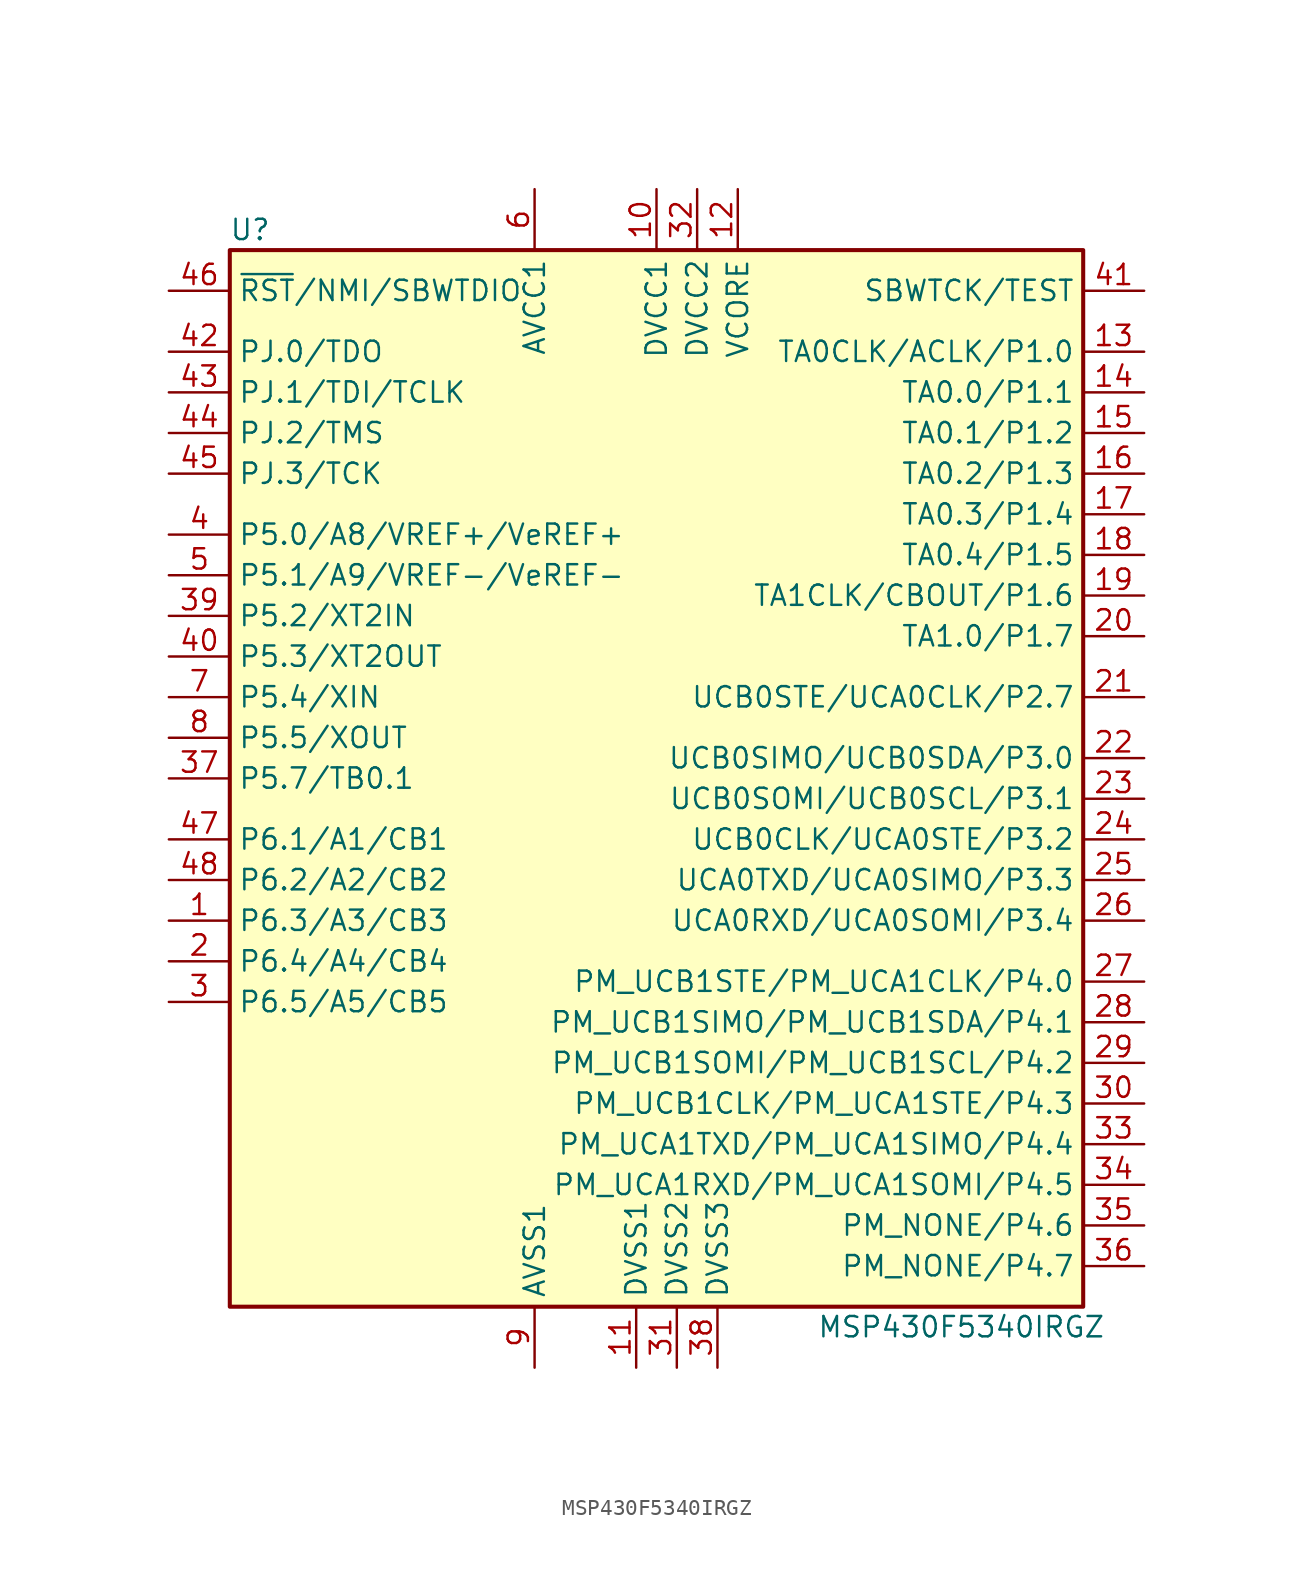
<source format=kicad_sym>
(kicad_symbol_lib
  (version 20220914)
  (generator kicad_symbol_editor)
  (symbol "MSP430F5340IRGZ"
    (property "Reference" "U"
      (at -26.67 34.29 0)
      (effects (font (size 1.27 1.27))))
    (property "Value" "MSP430F5340IRGZ"
      (at 17.78 -34.29 0)
      (effects (font (size 1.27 1.27))))
    (symbol "MSP430F5340IRGZ_0_1"
      (rectangle (start -27.94 33.02) (end 25.4 -33.02) (stroke (width 0.254) (type default)) (fill (type background))))
    (symbol "MSP430F5340IRGZ_1_1"
      (pin bidirectional line (at -31.75 -8.89 0) (length 3.81) (name "P6.3/A3/CB3" (effects (font (size 1.27 1.27)))) (number "1" (effects (font (size 1.27 1.27)))))
      (pin power_in line (at -1.27 36.83 270) (length 3.81) (name "DVCC1" (effects (font (size 1.27 1.27)))) (number "10" (effects (font (size 1.27 1.27)))))
      (pin power_in line (at -2.54 -36.83 90) (length 3.81) (name "DVSS1" (effects (font (size 1.27 1.27)))) (number "11" (effects (font (size 1.27 1.27)))))
      (pin passive line (at 3.81 36.83 270) (length 3.81) (name "VCORE" (effects (font (size 1.27 1.27)))) (number "12" (effects (font (size 1.27 1.27)))))
      (pin bidirectional line (at 29.21 26.67 180) (length 3.81) (name "TA0CLK/ACLK/P1.0" (effects (font (size 1.27 1.27)))) (number "13" (effects (font (size 1.27 1.27)))))
      (pin bidirectional line (at 29.21 24.13 180) (length 3.81) (name "TA0.0/P1.1" (effects (font (size 1.27 1.27)))) (number "14" (effects (font (size 1.27 1.27)))))
      (pin bidirectional line (at 29.21 21.59 180) (length 3.81) (name "TA0.1/P1.2" (effects (font (size 1.27 1.27)))) (number "15" (effects (font (size 1.27 1.27)))))
      (pin bidirectional line (at 29.21 19.05 180) (length 3.81) (name "TA0.2/P1.3" (effects (font (size 1.27 1.27)))) (number "16" (effects (font (size 1.27 1.27)))))
      (pin bidirectional line (at 29.21 16.51 180) (length 3.81) (name "TA0.3/P1.4" (effects (font (size 1.27 1.27)))) (number "17" (effects (font (size 1.27 1.27)))))
      (pin bidirectional line (at 29.21 13.97 180) (length 3.81) (name "TA0.4/P1.5" (effects (font (size 1.27 1.27)))) (number "18" (effects (font (size 1.27 1.27)))))
      (pin bidirectional line (at 29.21 11.43 180) (length 3.81) (name "TA1CLK/CBOUT/P1.6" (effects (font (size 1.27 1.27)))) (number "19" (effects (font (size 1.27 1.27)))))
      (pin bidirectional line (at -31.75 -11.43 0) (length 3.81) (name "P6.4/A4/CB4" (effects (font (size 1.27 1.27)))) (number "2" (effects (font (size 1.27 1.27)))))
      (pin bidirectional line (at 29.21 8.89 180) (length 3.81) (name "TA1.0/P1.7" (effects (font (size 1.27 1.27)))) (number "20" (effects (font (size 1.27 1.27)))))
      (pin bidirectional line (at 29.21 5.08 180) (length 3.81) (name "UCB0STE/UCA0CLK/P2.7" (effects (font (size 1.27 1.27)))) (number "21" (effects (font (size 1.27 1.27)))))
      (pin bidirectional line (at 29.21 1.27 180) (length 3.81) (name "UCB0SIMO/UCB0SDA/P3.0" (effects (font (size 1.27 1.27)))) (number "22" (effects (font (size 1.27 1.27)))))
      (pin bidirectional line (at 29.21 -1.27 180) (length 3.81) (name "UCB0SOMI/UCB0SCL/P3.1" (effects (font (size 1.27 1.27)))) (number "23" (effects (font (size 1.27 1.27)))))
      (pin bidirectional line (at 29.21 -3.81 180) (length 3.81) (name "UCB0CLK/UCA0STE/P3.2" (effects (font (size 1.27 1.27)))) (number "24" (effects (font (size 1.27 1.27)))))
      (pin bidirectional line (at 29.21 -6.35 180) (length 3.81) (name "UCA0TXD/UCA0SIMO/P3.3" (effects (font (size 1.27 1.27)))) (number "25" (effects (font (size 1.27 1.27)))))
      (pin bidirectional line (at 29.21 -8.89 180) (length 3.81) (name "UCA0RXD/UCA0SOMI/P3.4" (effects (font (size 1.27 1.27)))) (number "26" (effects (font (size 1.27 1.27)))))
      (pin bidirectional line (at 29.21 -12.7 180) (length 3.81) (name "PM_UCB1STE/PM_UCA1CLK/P4.0" (effects (font (size 1.27 1.27)))) (number "27" (effects (font (size 1.27 1.27)))))
      (pin bidirectional line (at 29.21 -15.24 180) (length 3.81) (name "PM_UCB1SIMO/PM_UCB1SDA/P4.1" (effects (font (size 1.27 1.27)))) (number "28" (effects (font (size 1.27 1.27)))))
      (pin bidirectional line (at 29.21 -17.78 180) (length 3.81) (name "PM_UCB1SOMI/PM_UCB1SCL/P4.2" (effects (font (size 1.27 1.27)))) (number "29" (effects (font (size 1.27 1.27)))))
      (pin bidirectional line (at -31.75 -13.97 0) (length 3.81) (name "P6.5/A5/CB5" (effects (font (size 1.27 1.27)))) (number "3" (effects (font (size 1.27 1.27)))))
      (pin bidirectional line (at 29.21 -20.32 180) (length 3.81) (name "PM_UCB1CLK/PM_UCA1STE/P4.3" (effects (font (size 1.27 1.27)))) (number "30" (effects (font (size 1.27 1.27)))))
      (pin power_in line (at 0 -36.83 90) (length 3.81) (name "DVSS2" (effects (font (size 1.27 1.27)))) (number "31" (effects (font (size 1.27 1.27)))))
      (pin power_in line (at 1.27 36.83 270) (length 3.81) (name "DVCC2" (effects (font (size 1.27 1.27)))) (number "32" (effects (font (size 1.27 1.27)))))
      (pin bidirectional line (at 29.21 -22.86 180) (length 3.81) (name "PM_UCA1TXD/PM_UCA1SIMO/P4.4" (effects (font (size 1.27 1.27)))) (number "33" (effects (font (size 1.27 1.27)))))
      (pin bidirectional line (at 29.21 -25.4 180) (length 3.81) (name "PM_UCA1RXD/PM_UCA1SOMI/P4.5" (effects (font (size 1.27 1.27)))) (number "34" (effects (font (size 1.27 1.27)))))
      (pin bidirectional line (at 29.21 -27.94 180) (length 3.81) (name "PM_NONE/P4.6" (effects (font (size 1.27 1.27)))) (number "35" (effects (font (size 1.27 1.27)))))
      (pin bidirectional line (at 29.21 -30.48 180) (length 3.81) (name "PM_NONE/P4.7" (effects (font (size 1.27 1.27)))) (number "36" (effects (font (size 1.27 1.27)))))
      (pin bidirectional line (at -31.75 0 0) (length 3.81) (name "P5.7/TB0.1" (effects (font (size 1.27 1.27)))) (number "37" (effects (font (size 1.27 1.27)))))
      (pin power_in line (at 2.54 -36.83 90) (length 3.81) (name "DVSS3" (effects (font (size 1.27 1.27)))) (number "38" (effects (font (size 1.27 1.27)))))
      (pin bidirectional line (at -31.75 10.16 0) (length 3.81) (name "P5.2/XT2IN" (effects (font (size 1.27 1.27)))) (number "39" (effects (font (size 1.27 1.27)))))
      (pin bidirectional line (at -31.75 15.24 0) (length 3.81) (name "P5.0/A8/VREF+/VeREF+" (effects (font (size 1.27 1.27)))) (number "4" (effects (font (size 1.27 1.27)))))
      (pin bidirectional line (at -31.75 7.62 0) (length 3.81) (name "P5.3/XT2OUT" (effects (font (size 1.27 1.27)))) (number "40" (effects (font (size 1.27 1.27)))))
      (pin input line (at 29.21 30.48 180) (length 3.81) (name "SBWTCK/TEST" (effects (font (size 1.27 1.27)))) (number "41" (effects (font (size 1.27 1.27)))))
      (pin bidirectional line (at -31.75 26.67 0) (length 3.81) (name "PJ.0/TDO" (effects (font (size 1.27 1.27)))) (number "42" (effects (font (size 1.27 1.27)))))
      (pin bidirectional line (at -31.75 24.13 0) (length 3.81) (name "PJ.1/TDI/TCLK" (effects (font (size 1.27 1.27)))) (number "43" (effects (font (size 1.27 1.27)))))
      (pin bidirectional line (at -31.75 21.59 0) (length 3.81) (name "PJ.2/TMS" (effects (font (size 1.27 1.27)))) (number "44" (effects (font (size 1.27 1.27)))))
      (pin bidirectional line (at -31.75 19.05 0) (length 3.81) (name "PJ.3/TCK" (effects (font (size 1.27 1.27)))) (number "45" (effects (font (size 1.27 1.27)))))
      (pin input line (at -31.75 30.48 0) (length 3.81) (name "~{RST}/NMI/SBWTDIO" (effects (font (size 1.27 1.27)))) (number "46" (effects (font (size 1.27 1.27)))))
      (pin bidirectional line (at -31.75 -3.81 0) (length 3.81) (name "P6.1/A1/CB1" (effects (font (size 1.27 1.27)))) (number "47" (effects (font (size 1.27 1.27)))))
      (pin bidirectional line (at -31.75 -6.35 0) (length 3.81) (name "P6.2/A2/CB2" (effects (font (size 1.27 1.27)))) (number "48" (effects (font (size 1.27 1.27)))))
      (pin bidirectional line (at -31.75 12.7 0) (length 3.81) (name "P5.1/A9/VREF-/VeREF-" (effects (font (size 1.27 1.27)))) (number "5" (effects (font (size 1.27 1.27)))))
      (pin power_in line (at -8.89 36.83 270) (length 3.81) (name "AVCC1" (effects (font (size 1.27 1.27)))) (number "6" (effects (font (size 1.27 1.27)))))
      (pin bidirectional line (at -31.75 5.08 0) (length 3.81) (name "P5.4/XIN" (effects (font (size 1.27 1.27)))) (number "7" (effects (font (size 1.27 1.27)))))
      (pin bidirectional line (at -31.75 2.54 0) (length 3.81) (name "P5.5/XOUT" (effects (font (size 1.27 1.27)))) (number "8" (effects (font (size 1.27 1.27)))))
      (pin power_in line (at -8.89 -36.83 90) (length 3.81) (name "AVSS1" (effects (font (size 1.27 1.27)))) (number "9" (effects (font (size 1.27 1.27))))))))
</source>
